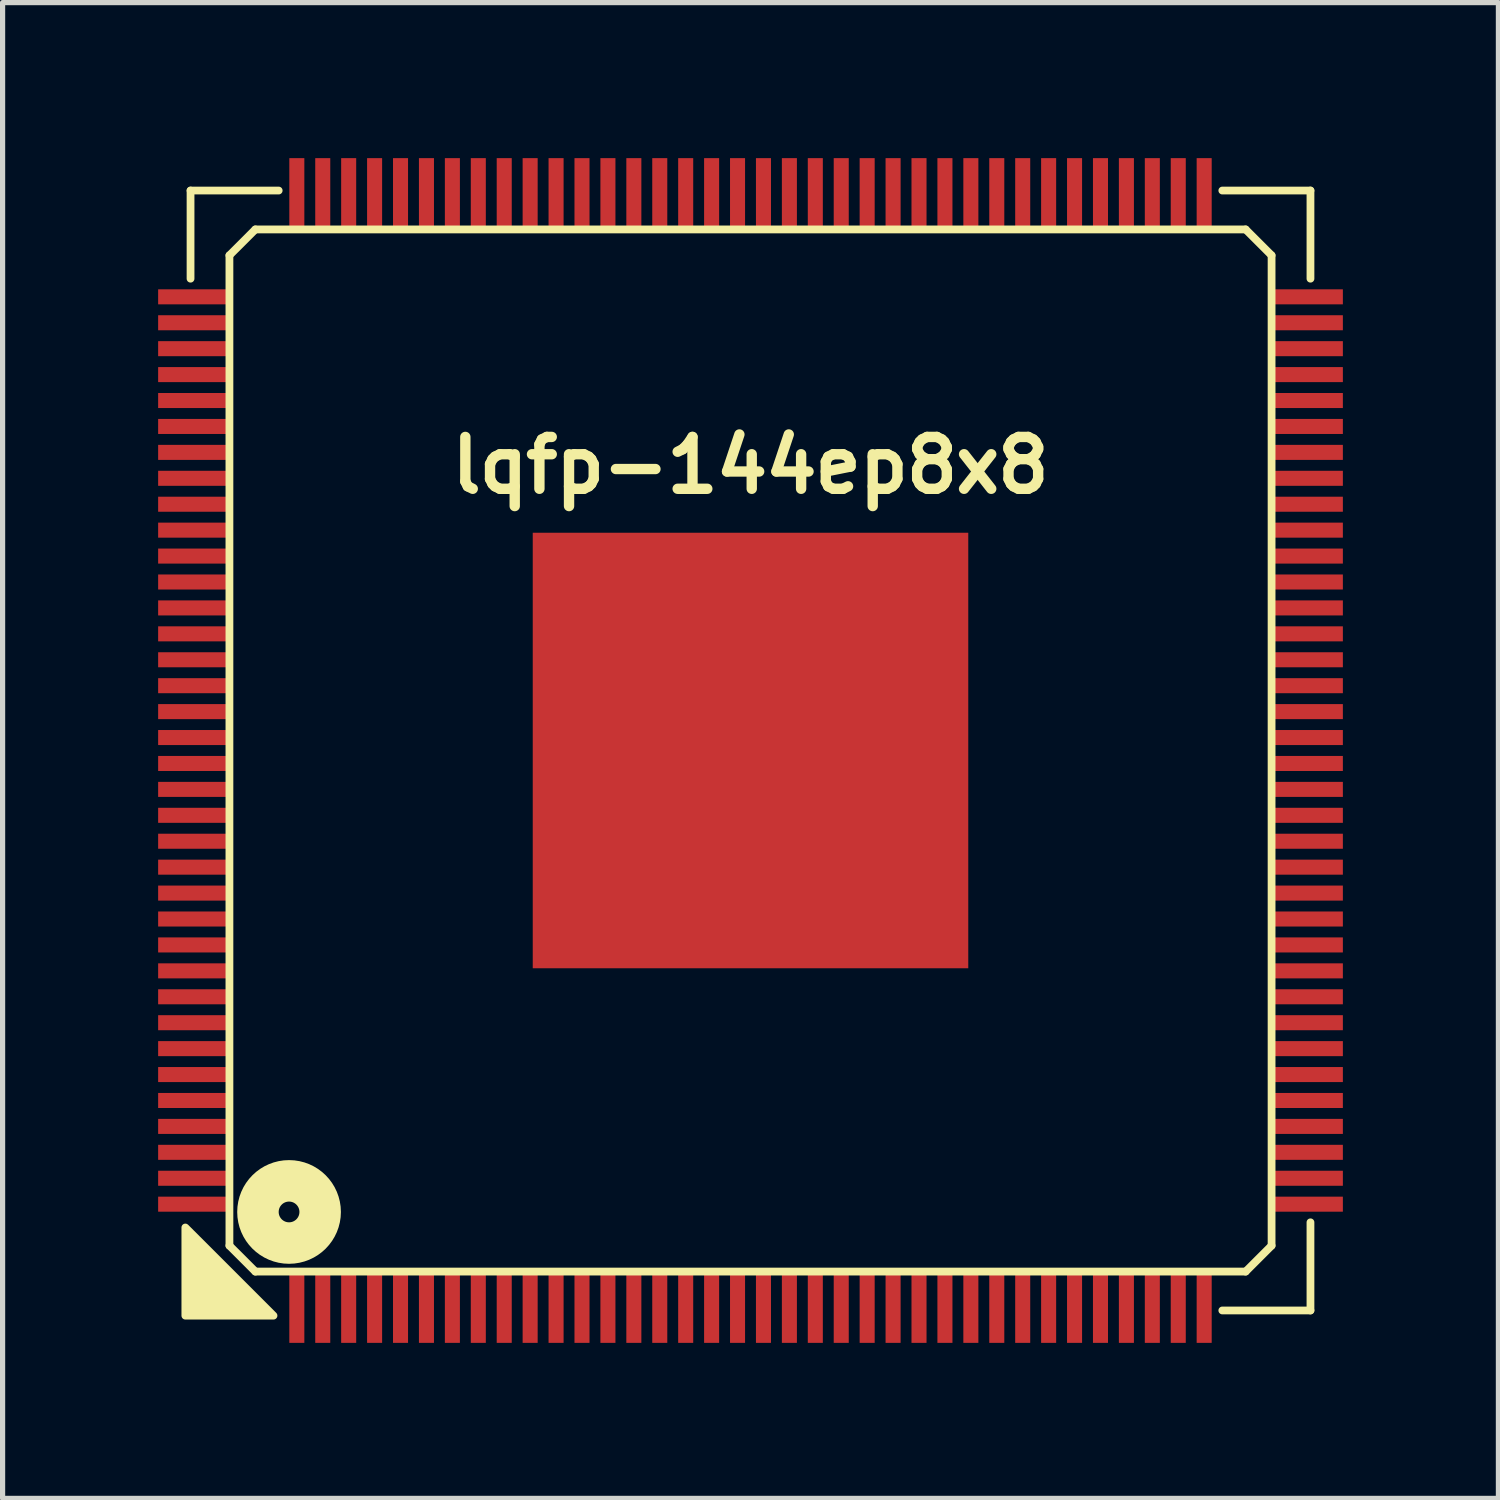
<source format=kicad_pcb>
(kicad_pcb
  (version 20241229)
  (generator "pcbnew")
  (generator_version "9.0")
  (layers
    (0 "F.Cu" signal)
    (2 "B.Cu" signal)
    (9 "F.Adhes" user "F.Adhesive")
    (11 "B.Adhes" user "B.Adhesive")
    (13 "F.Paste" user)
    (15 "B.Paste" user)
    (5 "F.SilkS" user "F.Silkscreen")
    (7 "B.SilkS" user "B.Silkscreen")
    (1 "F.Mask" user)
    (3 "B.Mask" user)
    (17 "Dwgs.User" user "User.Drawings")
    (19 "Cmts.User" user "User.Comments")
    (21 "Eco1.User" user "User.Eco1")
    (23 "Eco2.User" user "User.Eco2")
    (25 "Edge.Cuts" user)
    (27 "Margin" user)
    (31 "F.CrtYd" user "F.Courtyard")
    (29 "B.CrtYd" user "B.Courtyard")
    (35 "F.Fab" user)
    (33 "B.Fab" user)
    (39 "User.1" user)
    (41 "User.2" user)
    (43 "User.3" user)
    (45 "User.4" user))
  (footprint "lqfp-144ep8x8"
    (layer "F.Cu")
    (at 11.425 11.425)
    (property "Reference" "lqfp-144ep8x8" (at 0 -5.5 0) (layer "F.SilkS") (effects (font (size 1 1) (thickness 0.2))))
    (attr smd)
    (fp_line (start -10.8 -10.8) (end -9.1 -10.8) (stroke (width 0.15) (type solid)) (layer "F.SilkS"))
    (fp_line (start -10.8 -9.1) (end -10.8 -10.8) (stroke (width 0.15) (type solid)) (layer "F.SilkS"))
    (fp_line (start -10.05 -9.55) (end -9.55 -10.05) (stroke (width 0.15) (type solid)) (layer "F.SilkS"))
    (fp_line (start -10.05 9.55) (end -10.05 -9.55) (stroke (width 0.15) (type solid)) (layer "F.SilkS"))
    (fp_line (start -9.55 -10.05) (end 9.55 -10.05) (stroke (width 0.15) (type solid)) (layer "F.SilkS"))
    (fp_line (start -9.55 10.05) (end -10.05 9.55) (stroke (width 0.15) (type solid)) (layer "F.SilkS"))
    (fp_line (start 9.1 -10.8) (end 10.8 -10.8) (stroke (width 0.15) (type solid)) (layer "F.SilkS"))
    (fp_line (start 9.55 -10.05) (end 10.05 -9.55) (stroke (width 0.15) (type solid)) (layer "F.SilkS"))
    (fp_line (start 9.55 10.05) (end -9.55 10.05) (stroke (width 0.15) (type solid)) (layer "F.SilkS"))
    (fp_line (start 10.05 -9.55) (end 10.05 9.55) (stroke (width 0.15) (type solid)) (layer "F.SilkS"))
    (fp_line (start 10.05 9.55) (end 9.55 10.05) (stroke (width 0.15) (type solid)) (layer "F.SilkS"))
    (fp_line (start 10.8 -10.8) (end 10.8 -9.1) (stroke (width 0.15) (type solid)) (layer "F.SilkS"))
    (fp_line (start 10.8 9.1) (end 10.8 10.8) (stroke (width 0.15) (type solid)) (layer "F.SilkS"))
    (fp_line (start 10.8 10.8) (end 9.1 10.8) (stroke (width 0.15) (type solid)) (layer "F.SilkS"))
    (fp_circle (center -8.9 8.9) (end -8.7 8.9) (stroke (width 0.8) (type solid)) (fill no) (layer "F.SilkS"))
    (fp_poly (pts (xy -9.2 10.9) (xy -10.9 10.9) (xy -10.9 9.2)) (stroke (width 0.15) (type solid)) (fill yes) (layer "F.SilkS"))
    (pad "" smd rect (at -3.15 -3.15) (size 1.8 1.8) (layers "F.Paste"))
    (pad "" smd rect (at -3.15 -1.05) (size 1.8 1.8) (layers "F.Paste"))
    (pad "" smd rect (at -3.15 1.05) (size 1.8 1.8) (layers "F.Paste"))
    (pad "" smd rect (at -3.15 3.15) (size 1.8 1.8) (layers "F.Paste"))
    (pad "" smd rect (at -1.05 -3.15) (size 1.8 1.8) (layers "F.Paste"))
    (pad "" smd rect (at -1.05 -1.05) (size 1.8 1.8) (layers "F.Paste"))
    (pad "" smd rect (at -1.05 1.05) (size 1.8 1.8) (layers "F.Paste"))
    (pad "" smd rect (at -1.05 3.15) (size 1.8 1.8) (layers "F.Paste"))
    (pad "" smd rect (at 1.05 -3.15) (size 1.8 1.8) (layers "F.Paste"))
    (pad "" smd rect (at 1.05 -1.05) (size 1.8 1.8) (layers "F.Paste"))
    (pad "" smd rect (at 1.05 1.05) (size 1.8 1.8) (layers "F.Paste"))
    (pad "" smd rect (at 1.05 3.15) (size 1.8 1.8) (layers "F.Paste"))
    (pad "" smd rect (at 3.15 -3.15) (size 1.8 1.8) (layers "F.Paste"))
    (pad "" smd rect (at 3.15 -1.05) (size 1.8 1.8) (layers "F.Paste"))
    (pad "" smd rect (at 3.15 1.05) (size 1.8 1.8) (layers "F.Paste"))
    (pad "" smd rect (at 3.15 3.15) (size 1.8 1.8) (layers "F.Paste"))
    (pad "1" smd rect (at -8.75 10.75) (size 0.29 1.35) (layers "F.Cu" "F.Mask" "F.Paste"))
    (pad "2" smd rect (at -8.25 10.75) (size 0.29 1.35) (layers "F.Cu" "F.Mask" "F.Paste"))
    (pad "3" smd rect (at -7.75 10.75) (size 0.29 1.35) (layers "F.Cu" "F.Mask" "F.Paste"))
    (pad "4" smd rect (at -7.25 10.75) (size 0.29 1.35) (layers "F.Cu" "F.Mask" "F.Paste"))
    (pad "5" smd rect (at -6.75 10.75) (size 0.29 1.35) (layers "F.Cu" "F.Mask" "F.Paste"))
    (pad "6" smd rect (at -6.25 10.75) (size 0.29 1.35) (layers "F.Cu" "F.Mask" "F.Paste"))
    (pad "7" smd rect (at -5.75 10.75) (size 0.29 1.35) (layers "F.Cu" "F.Mask" "F.Paste"))
    (pad "8" smd rect (at -5.25 10.75) (size 0.29 1.35) (layers "F.Cu" "F.Mask" "F.Paste"))
    (pad "9" smd rect (at -4.75 10.75) (size 0.29 1.35) (layers "F.Cu" "F.Mask" "F.Paste"))
    (pad "10" smd rect (at -4.25 10.75) (size 0.29 1.35) (layers "F.Cu" "F.Mask" "F.Paste"))
    (pad "11" smd rect (at -3.75 10.75) (size 0.29 1.35) (layers "F.Cu" "F.Mask" "F.Paste"))
    (pad "12" smd rect (at -3.25 10.75) (size 0.29 1.35) (layers "F.Cu" "F.Mask" "F.Paste"))
    (pad "13" smd rect (at -2.75 10.75) (size 0.29 1.35) (layers "F.Cu" "F.Mask" "F.Paste"))
    (pad "14" smd rect (at -2.25 10.75) (size 0.29 1.35) (layers "F.Cu" "F.Mask" "F.Paste"))
    (pad "15" smd rect (at -1.75 10.75) (size 0.29 1.35) (layers "F.Cu" "F.Mask" "F.Paste"))
    (pad "16" smd rect (at -1.25 10.75) (size 0.29 1.35) (layers "F.Cu" "F.Mask" "F.Paste"))
    (pad "17" smd rect (at -0.75 10.75) (size 0.29 1.35) (layers "F.Cu" "F.Mask" "F.Paste"))
    (pad "18" smd rect (at -0.25 10.75) (size 0.29 1.35) (layers "F.Cu" "F.Mask" "F.Paste"))
    (pad "19" smd rect (at 0.25 10.75) (size 0.29 1.35) (layers "F.Cu" "F.Mask" "F.Paste"))
    (pad "20" smd rect (at 0.75 10.75) (size 0.29 1.35) (layers "F.Cu" "F.Mask" "F.Paste"))
    (pad "21" smd rect (at 1.25 10.75) (size 0.29 1.35) (layers "F.Cu" "F.Mask" "F.Paste"))
    (pad "22" smd rect (at 1.75 10.75) (size 0.29 1.35) (layers "F.Cu" "F.Mask" "F.Paste"))
    (pad "23" smd rect (at 2.25 10.75) (size 0.29 1.35) (layers "F.Cu" "F.Mask" "F.Paste"))
    (pad "24" smd rect (at 2.75 10.75) (size 0.29 1.35) (layers "F.Cu" "F.Mask" "F.Paste"))
    (pad "25" smd rect (at 3.25 10.75) (size 0.29 1.35) (layers "F.Cu" "F.Mask" "F.Paste"))
    (pad "26" smd rect (at 3.75 10.75) (size 0.29 1.35) (layers "F.Cu" "F.Mask" "F.Paste"))
    (pad "27" smd rect (at 4.25 10.75) (size 0.29 1.35) (layers "F.Cu" "F.Mask" "F.Paste"))
    (pad "28" smd rect (at 4.75 10.75) (size 0.29 1.35) (layers "F.Cu" "F.Mask" "F.Paste"))
    (pad "29" smd rect (at 5.25 10.75) (size 0.29 1.35) (layers "F.Cu" "F.Mask" "F.Paste"))
    (pad "30" smd rect (at 5.75 10.75) (size 0.29 1.35) (layers "F.Cu" "F.Mask" "F.Paste"))
    (pad "31" smd rect (at 6.25 10.75) (size 0.29 1.35) (layers "F.Cu" "F.Mask" "F.Paste"))
    (pad "32" smd rect (at 6.75 10.75) (size 0.29 1.35) (layers "F.Cu" "F.Mask" "F.Paste"))
    (pad "33" smd rect (at 7.25 10.75) (size 0.29 1.35) (layers "F.Cu" "F.Mask" "F.Paste"))
    (pad "34" smd rect (at 7.75 10.75) (size 0.29 1.35) (layers "F.Cu" "F.Mask" "F.Paste"))
    (pad "35" smd rect (at 8.25 10.75) (size 0.29 1.35) (layers "F.Cu" "F.Mask" "F.Paste"))
    (pad "36" smd rect (at 8.75 10.75) (size 0.29 1.35) (layers "F.Cu" "F.Mask" "F.Paste"))
    (pad "37" smd rect (at 10.75 8.75) (size 1.35 0.29) (layers "F.Cu" "F.Mask" "F.Paste"))
    (pad "38" smd rect (at 10.75 8.25) (size 1.35 0.29) (layers "F.Cu" "F.Mask" "F.Paste"))
    (pad "39" smd rect (at 10.75 7.75) (size 1.35 0.29) (layers "F.Cu" "F.Mask" "F.Paste"))
    (pad "40" smd rect (at 10.75 7.25) (size 1.35 0.29) (layers "F.Cu" "F.Mask" "F.Paste"))
    (pad "41" smd rect (at 10.75 6.75) (size 1.35 0.29) (layers "F.Cu" "F.Mask" "F.Paste"))
    (pad "42" smd rect (at 10.75 6.25) (size 1.35 0.29) (layers "F.Cu" "F.Mask" "F.Paste"))
    (pad "43" smd rect (at 10.75 5.75) (size 1.35 0.29) (layers "F.Cu" "F.Mask" "F.Paste"))
    (pad "44" smd rect (at 10.75 5.25) (size 1.35 0.29) (layers "F.Cu" "F.Mask" "F.Paste"))
    (pad "45" smd rect (at 10.75 4.75) (size 1.35 0.29) (layers "F.Cu" "F.Mask" "F.Paste"))
    (pad "46" smd rect (at 10.75 4.25) (size 1.35 0.29) (layers "F.Cu" "F.Mask" "F.Paste"))
    (pad "47" smd rect (at 10.75 3.75) (size 1.35 0.29) (layers "F.Cu" "F.Mask" "F.Paste"))
    (pad "48" smd rect (at 10.75 3.25) (size 1.35 0.29) (layers "F.Cu" "F.Mask" "F.Paste"))
    (pad "49" smd rect (at 10.75 2.75) (size 1.35 0.29) (layers "F.Cu" "F.Mask" "F.Paste"))
    (pad "50" smd rect (at 10.75 2.25) (size 1.35 0.29) (layers "F.Cu" "F.Mask" "F.Paste"))
    (pad "51" smd rect (at 10.75 1.75) (size 1.35 0.29) (layers "F.Cu" "F.Mask" "F.Paste"))
    (pad "52" smd rect (at 10.75 1.25) (size 1.35 0.29) (layers "F.Cu" "F.Mask" "F.Paste"))
    (pad "53" smd rect (at 10.75 0.75) (size 1.35 0.29) (layers "F.Cu" "F.Mask" "F.Paste"))
    (pad "54" smd rect (at 10.75 0.25) (size 1.35 0.29) (layers "F.Cu" "F.Mask" "F.Paste"))
    (pad "55" smd rect (at 10.75 -0.25) (size 1.35 0.29) (layers "F.Cu" "F.Mask" "F.Paste"))
    (pad "56" smd rect (at 10.75 -0.75) (size 1.35 0.29) (layers "F.Cu" "F.Mask" "F.Paste"))
    (pad "57" smd rect (at 10.75 -1.25) (size 1.35 0.29) (layers "F.Cu" "F.Mask" "F.Paste"))
    (pad "58" smd rect (at 10.75 -1.75) (size 1.35 0.29) (layers "F.Cu" "F.Mask" "F.Paste"))
    (pad "59" smd rect (at 10.75 -2.25) (size 1.35 0.29) (layers "F.Cu" "F.Mask" "F.Paste"))
    (pad "60" smd rect (at 10.75 -2.75) (size 1.35 0.29) (layers "F.Cu" "F.Mask" "F.Paste"))
    (pad "61" smd rect (at 10.75 -3.25) (size 1.35 0.29) (layers "F.Cu" "F.Mask" "F.Paste"))
    (pad "62" smd rect (at 10.75 -3.75) (size 1.35 0.29) (layers "F.Cu" "F.Mask" "F.Paste"))
    (pad "63" smd rect (at 10.75 -4.25) (size 1.35 0.29) (layers "F.Cu" "F.Mask" "F.Paste"))
    (pad "64" smd rect (at 10.75 -4.75) (size 1.35 0.29) (layers "F.Cu" "F.Mask" "F.Paste"))
    (pad "65" smd rect (at 10.75 -5.25) (size 1.35 0.29) (layers "F.Cu" "F.Mask" "F.Paste"))
    (pad "66" smd rect (at 10.75 -5.75) (size 1.35 0.29) (layers "F.Cu" "F.Mask" "F.Paste"))
    (pad "67" smd rect (at 10.75 -6.25) (size 1.35 0.29) (layers "F.Cu" "F.Mask" "F.Paste"))
    (pad "68" smd rect (at 10.75 -6.75) (size 1.35 0.29) (layers "F.Cu" "F.Mask" "F.Paste"))
    (pad "69" smd rect (at 10.75 -7.25) (size 1.35 0.29) (layers "F.Cu" "F.Mask" "F.Paste"))
    (pad "70" smd rect (at 10.75 -7.75) (size 1.35 0.29) (layers "F.Cu" "F.Mask" "F.Paste"))
    (pad "71" smd rect (at 10.75 -8.25) (size 1.35 0.29) (layers "F.Cu" "F.Mask" "F.Paste"))
    (pad "72" smd rect (at 10.75 -8.75) (size 1.35 0.29) (layers "F.Cu" "F.Mask" "F.Paste"))
    (pad "73" smd rect (at 8.75 -10.75) (size 0.29 1.35) (layers "F.Cu" "F.Mask" "F.Paste"))
    (pad "74" smd rect (at 8.25 -10.75) (size 0.29 1.35) (layers "F.Cu" "F.Mask" "F.Paste"))
    (pad "75" smd rect (at 7.75 -10.75) (size 0.29 1.35) (layers "F.Cu" "F.Mask" "F.Paste"))
    (pad "76" smd rect (at 7.25 -10.75) (size 0.29 1.35) (layers "F.Cu" "F.Mask" "F.Paste"))
    (pad "77" smd rect (at 6.75 -10.75) (size 0.29 1.35) (layers "F.Cu" "F.Mask" "F.Paste"))
    (pad "78" smd rect (at 6.25 -10.75) (size 0.29 1.35) (layers "F.Cu" "F.Mask" "F.Paste"))
    (pad "79" smd rect (at 5.75 -10.75) (size 0.29 1.35) (layers "F.Cu" "F.Mask" "F.Paste"))
    (pad "80" smd rect (at 5.25 -10.75) (size 0.29 1.35) (layers "F.Cu" "F.Mask" "F.Paste"))
    (pad "81" smd rect (at 4.75 -10.75) (size 0.29 1.35) (layers "F.Cu" "F.Mask" "F.Paste"))
    (pad "82" smd rect (at 4.25 -10.75) (size 0.29 1.35) (layers "F.Cu" "F.Mask" "F.Paste"))
    (pad "83" smd rect (at 3.75 -10.75) (size 0.29 1.35) (layers "F.Cu" "F.Mask" "F.Paste"))
    (pad "84" smd rect (at 3.25 -10.75) (size 0.29 1.35) (layers "F.Cu" "F.Mask" "F.Paste"))
    (pad "85" smd rect (at 2.75 -10.75) (size 0.29 1.35) (layers "F.Cu" "F.Mask" "F.Paste"))
    (pad "86" smd rect (at 2.25 -10.75) (size 0.29 1.35) (layers "F.Cu" "F.Mask" "F.Paste"))
    (pad "87" smd rect (at 1.75 -10.75) (size 0.29 1.35) (layers "F.Cu" "F.Mask" "F.Paste"))
    (pad "88" smd rect (at 1.25 -10.75) (size 0.29 1.35) (layers "F.Cu" "F.Mask" "F.Paste"))
    (pad "89" smd rect (at 0.75 -10.75) (size 0.29 1.35) (layers "F.Cu" "F.Mask" "F.Paste"))
    (pad "90" smd rect (at 0.25 -10.75) (size 0.29 1.35) (layers "F.Cu" "F.Mask" "F.Paste"))
    (pad "91" smd rect (at -0.25 -10.75) (size 0.29 1.35) (layers "F.Cu" "F.Mask" "F.Paste"))
    (pad "92" smd rect (at -0.75 -10.75) (size 0.29 1.35) (layers "F.Cu" "F.Mask" "F.Paste"))
    (pad "93" smd rect (at -1.25 -10.75) (size 0.29 1.35) (layers "F.Cu" "F.Mask" "F.Paste"))
    (pad "94" smd rect (at -1.75 -10.75) (size 0.29 1.35) (layers "F.Cu" "F.Mask" "F.Paste"))
    (pad "95" smd rect (at -2.25 -10.75) (size 0.29 1.35) (layers "F.Cu" "F.Mask" "F.Paste"))
    (pad "96" smd rect (at -2.75 -10.75) (size 0.29 1.35) (layers "F.Cu" "F.Mask" "F.Paste"))
    (pad "97" smd rect (at -3.25 -10.75) (size 0.29 1.35) (layers "F.Cu" "F.Mask" "F.Paste"))
    (pad "98" smd rect (at -3.75 -10.75) (size 0.29 1.35) (layers "F.Cu" "F.Mask" "F.Paste"))
    (pad "99" smd rect (at -4.25 -10.75) (size 0.29 1.35) (layers "F.Cu" "F.Mask" "F.Paste"))
    (pad "100" smd rect (at -4.75 -10.75) (size 0.29 1.35) (layers "F.Cu" "F.Mask" "F.Paste"))
    (pad "101" smd rect (at -5.25 -10.75) (size 0.29 1.35) (layers "F.Cu" "F.Mask" "F.Paste"))
    (pad "102" smd rect (at -5.75 -10.75) (size 0.29 1.35) (layers "F.Cu" "F.Mask" "F.Paste"))
    (pad "103" smd rect (at -6.25 -10.75) (size 0.29 1.35) (layers "F.Cu" "F.Mask" "F.Paste"))
    (pad "104" smd rect (at -6.75 -10.75) (size 0.29 1.35) (layers "F.Cu" "F.Mask" "F.Paste"))
    (pad "105" smd rect (at -7.25 -10.75) (size 0.29 1.35) (layers "F.Cu" "F.Mask" "F.Paste"))
    (pad "106" smd rect (at -7.75 -10.75) (size 0.29 1.35) (layers "F.Cu" "F.Mask" "F.Paste"))
    (pad "107" smd rect (at -8.25 -10.75) (size 0.29 1.35) (layers "F.Cu" "F.Mask" "F.Paste"))
    (pad "108" smd rect (at -8.75 -10.75) (size 0.29 1.35) (layers "F.Cu" "F.Mask" "F.Paste"))
    (pad "109" smd rect (at -10.75 -8.75) (size 1.35 0.29) (layers "F.Cu" "F.Mask" "F.Paste"))
    (pad "110" smd rect (at -10.75 -8.25) (size 1.35 0.29) (layers "F.Cu" "F.Mask" "F.Paste"))
    (pad "111" smd rect (at -10.75 -7.75) (size 1.35 0.29) (layers "F.Cu" "F.Mask" "F.Paste"))
    (pad "112" smd rect (at -10.75 -7.25) (size 1.35 0.29) (layers "F.Cu" "F.Mask" "F.Paste"))
    (pad "113" smd rect (at -10.75 -6.75) (size 1.35 0.29) (layers "F.Cu" "F.Mask" "F.Paste"))
    (pad "114" smd rect (at -10.75 -6.25) (size 1.35 0.29) (layers "F.Cu" "F.Mask" "F.Paste"))
    (pad "115" smd rect (at -10.75 -5.75) (size 1.35 0.29) (layers "F.Cu" "F.Mask" "F.Paste"))
    (pad "116" smd rect (at -10.75 -5.25) (size 1.35 0.29) (layers "F.Cu" "F.Mask" "F.Paste"))
    (pad "117" smd rect (at -10.75 -4.75) (size 1.35 0.29) (layers "F.Cu" "F.Mask" "F.Paste"))
    (pad "118" smd rect (at -10.75 -4.25) (size 1.35 0.29) (layers "F.Cu" "F.Mask" "F.Paste"))
    (pad "119" smd rect (at -10.75 -3.75) (size 1.35 0.29) (layers "F.Cu" "F.Mask" "F.Paste"))
    (pad "120" smd rect (at -10.75 -3.25) (size 1.35 0.29) (layers "F.Cu" "F.Mask" "F.Paste"))
    (pad "121" smd rect (at -10.75 -2.75) (size 1.35 0.29) (layers "F.Cu" "F.Mask" "F.Paste"))
    (pad "122" smd rect (at -10.75 -2.25) (size 1.35 0.29) (layers "F.Cu" "F.Mask" "F.Paste"))
    (pad "123" smd rect (at -10.75 -1.75) (size 1.35 0.29) (layers "F.Cu" "F.Mask" "F.Paste"))
    (pad "124" smd rect (at -10.75 -1.25) (size 1.35 0.29) (layers "F.Cu" "F.Mask" "F.Paste"))
    (pad "125" smd rect (at -10.75 -0.75) (size 1.35 0.29) (layers "F.Cu" "F.Mask" "F.Paste"))
    (pad "126" smd rect (at -10.75 -0.25) (size 1.35 0.29) (layers "F.Cu" "F.Mask" "F.Paste"))
    (pad "127" smd rect (at -10.75 0.25) (size 1.35 0.29) (layers "F.Cu" "F.Mask" "F.Paste"))
    (pad "128" smd rect (at -10.75 0.75) (size 1.35 0.29) (layers "F.Cu" "F.Mask" "F.Paste"))
    (pad "129" smd rect (at -10.75 1.25) (size 1.35 0.29) (layers "F.Cu" "F.Mask" "F.Paste"))
    (pad "130" smd rect (at -10.75 1.75) (size 1.35 0.29) (layers "F.Cu" "F.Mask" "F.Paste"))
    (pad "131" smd rect (at -10.75 2.25) (size 1.35 0.29) (layers "F.Cu" "F.Mask" "F.Paste"))
    (pad "132" smd rect (at -10.75 2.75) (size 1.35 0.29) (layers "F.Cu" "F.Mask" "F.Paste"))
    (pad "133" smd rect (at -10.75 3.25) (size 1.35 0.29) (layers "F.Cu" "F.Mask" "F.Paste"))
    (pad "134" smd rect (at -10.75 3.75) (size 1.35 0.29) (layers "F.Cu" "F.Mask" "F.Paste"))
    (pad "135" smd rect (at -10.75 4.25) (size 1.35 0.29) (layers "F.Cu" "F.Mask" "F.Paste"))
    (pad "136" smd rect (at -10.75 4.75) (size 1.35 0.29) (layers "F.Cu" "F.Mask" "F.Paste"))
    (pad "137" smd rect (at -10.75 5.25) (size 1.35 0.29) (layers "F.Cu" "F.Mask" "F.Paste"))
    (pad "138" smd rect (at -10.75 5.75) (size 1.35 0.29) (layers "F.Cu" "F.Mask" "F.Paste"))
    (pad "139" smd rect (at -10.75 6.25) (size 1.35 0.29) (layers "F.Cu" "F.Mask" "F.Paste"))
    (pad "140" smd rect (at -10.75 6.75) (size 1.35 0.29) (layers "F.Cu" "F.Mask" "F.Paste"))
    (pad "141" smd rect (at -10.75 7.25) (size 1.35 0.29) (layers "F.Cu" "F.Mask" "F.Paste"))
    (pad "142" smd rect (at -10.75 7.75) (size 1.35 0.29) (layers "F.Cu" "F.Mask" "F.Paste"))
    (pad "143" smd rect (at -10.75 8.25) (size 1.35 0.29) (layers "F.Cu" "F.Mask" "F.Paste"))
    (pad "144" smd rect (at -10.75 8.75) (size 1.35 0.29) (layers "F.Cu" "F.Mask" "F.Paste"))
    (pad "145" smd rect (at 0 0) (size 8.4 8.4) (layers "F.Cu" "F.Mask")))
  (gr_rect
    (start -3 -3)
    (end 25.85 25.85)
    (stroke (width 0.1) (type default))
    (fill no)
    (layer "Edge.Cuts")))
</source>
